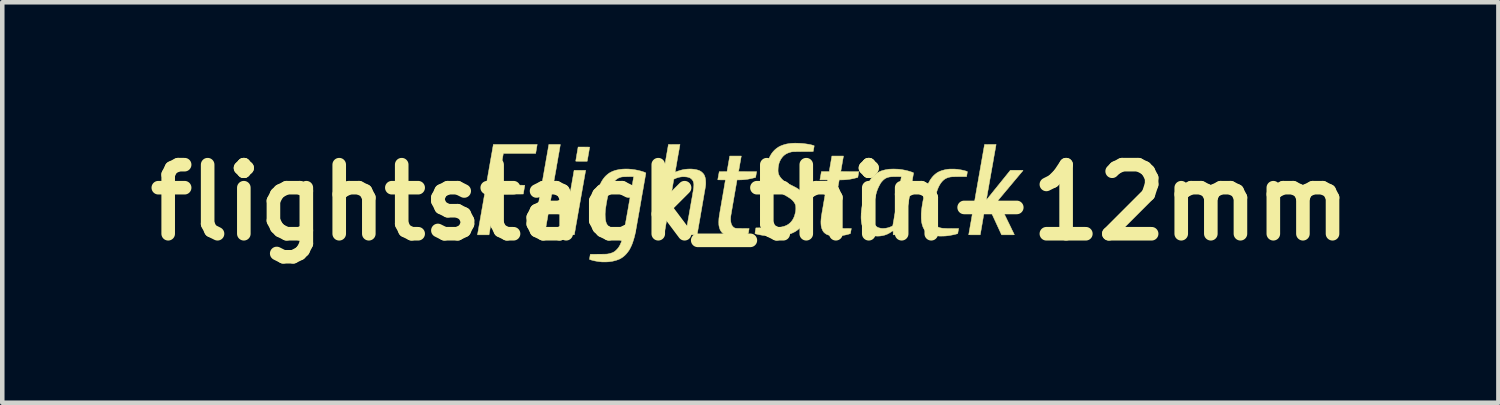
<source format=kicad_pcb>
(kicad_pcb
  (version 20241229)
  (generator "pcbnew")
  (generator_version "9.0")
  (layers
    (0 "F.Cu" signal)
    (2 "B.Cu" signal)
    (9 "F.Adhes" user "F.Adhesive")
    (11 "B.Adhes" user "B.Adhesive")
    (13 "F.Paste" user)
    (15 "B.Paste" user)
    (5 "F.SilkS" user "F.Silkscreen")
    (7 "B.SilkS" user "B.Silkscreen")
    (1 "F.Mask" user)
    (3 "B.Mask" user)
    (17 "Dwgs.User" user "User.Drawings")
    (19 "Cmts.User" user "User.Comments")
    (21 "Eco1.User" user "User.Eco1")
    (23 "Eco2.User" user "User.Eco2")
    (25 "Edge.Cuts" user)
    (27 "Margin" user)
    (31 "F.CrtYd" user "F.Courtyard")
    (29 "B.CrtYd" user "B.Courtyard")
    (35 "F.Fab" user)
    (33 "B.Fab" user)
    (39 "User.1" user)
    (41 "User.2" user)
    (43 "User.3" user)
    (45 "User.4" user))
  (footprint "flightstack_thin-12mm"
    (layer "F.Cu")
    (at 13.506 1.418)
    (property "Reference" "flightstack_thin-12mm" (at 0 0 0) (layer "F.SilkS") (effects (font (size 1.524 1.524) (thickness 0.3))))
    (attr through_hole)
    (fp_poly (pts (xy -3.74 -1.224) (xy -3.717 -1.224) (xy -3.692 -1.224) (xy -3.673 -1.224) (xy -3.546 -1.223) (xy -3.566 -1.103) (xy -3.571 -1.076) (xy -3.576 -1.049) (xy -3.58 -1.024) (xy -3.584 -1) (xy -3.588 -0.979) (xy -3.591 -0.962) (xy -3.593 -0.95) (xy -3.593 -0.947) (xy -3.6 -0.91) (xy -3.726 -0.91) (xy -3.756 -0.91) (xy -3.781 -0.91) (xy -3.802 -0.911) (xy -3.818 -0.911) (xy -3.83 -0.911) (xy -3.839 -0.911) (xy -3.845 -0.912) (xy -3.849 -0.913) (xy -3.852 -0.913) (xy -3.853 -0.914) (xy -3.853 -0.915) (xy -3.852 -0.919) (xy -3.851 -0.927) (xy -3.849 -0.94) (xy -3.846 -0.957) (xy -3.843 -0.976) (xy -3.839 -0.998) (xy -3.835 -1.022) (xy -3.831 -1.047) (xy -3.827 -1.072) (xy -3.822 -1.098) (xy -3.818 -1.122) (xy -3.814 -1.146) (xy -3.81 -1.167) (xy -3.807 -1.186) (xy -3.804 -1.202) (xy -3.802 -1.214) (xy -3.801 -1.221) (xy -3.8 -1.224) (xy -3.797 -1.224) (xy -3.789 -1.224) (xy -3.777 -1.224) (xy -3.76 -1.224) (xy -3.74 -1.224)) (stroke (width 0.01) (type solid)) (fill yes) (layer "F.SilkS"))
    (fp_poly (pts (xy -3.829 -0.71) (xy -3.806 -0.71) (xy -3.781 -0.71) (xy -3.761 -0.71) (xy -3.634 -0.709) (xy -3.759 0) (xy -3.77 0.063) (xy -3.781 0.124) (xy -3.791 0.184) (xy -3.802 0.241) (xy -3.811 0.297) (xy -3.821 0.35) (xy -3.829 0.4) (xy -3.838 0.448) (xy -3.846 0.492) (xy -3.853 0.533) (xy -3.859 0.57) (xy -3.865 0.604) (xy -3.87 0.633) (xy -3.875 0.658) (xy -3.878 0.679) (xy -3.881 0.695) (xy -3.883 0.705) (xy -3.884 0.711) (xy -3.884 0.711) (xy -3.887 0.712) (xy -3.895 0.712) (xy -3.907 0.713) (xy -3.924 0.713) (xy -3.944 0.713) (xy -3.966 0.713) (xy -3.991 0.713) (xy -4.011 0.713) (xy -4.043 0.713) (xy -4.069 0.713) (xy -4.091 0.713) (xy -4.108 0.713) (xy -4.121 0.712) (xy -4.13 0.712) (xy -4.135 0.711) (xy -4.138 0.71) (xy -4.138 0.71) (xy -4.138 0.707) (xy -4.136 0.699) (xy -4.134 0.685) (xy -4.131 0.667) (xy -4.127 0.644) (xy -4.122 0.618) (xy -4.117 0.587) (xy -4.111 0.553) (xy -4.104 0.515) (xy -4.097 0.475) (xy -4.09 0.431) (xy -4.082 0.386) (xy -4.073 0.338) (xy -4.065 0.288) (xy -4.056 0.237) (xy -4.046 0.184) (xy -4.037 0.131) (xy -4.027 0.077) (xy -4.018 0.022) (xy -4.008 -0.033) (xy -3.999 -0.087) (xy -3.989 -0.141) (xy -3.98 -0.195) (xy -3.97 -0.247) (xy -3.961 -0.298) (xy -3.953 -0.347) (xy -3.944 -0.395) (xy -3.936 -0.44) (xy -3.929 -0.483) (xy -3.922 -0.523) (xy -3.915 -0.56) (xy -3.909 -0.593) (xy -3.904 -0.623) (xy -3.9 -0.649) (xy -3.896 -0.671) (xy -3.893 -0.688) (xy -3.89 -0.701) (xy -3.889 -0.708) (xy -3.889 -0.71) (xy -3.886 -0.71) (xy -3.878 -0.71) (xy -3.865 -0.71) (xy -3.849 -0.71) (xy -3.829 -0.71)) (stroke (width 0.01) (type solid)) (fill yes) (layer "F.SilkS"))
    (fp_poly (pts (xy -4.289 -1.281) (xy -4.264 -1.281) (xy -4.243 -1.281) (xy -4.227 -1.281) (xy -4.215 -1.281) (xy -4.205 -1.28) (xy -4.199 -1.28) (xy -4.195 -1.279) (xy -4.193 -1.278) (xy -4.192 -1.277) (xy -4.192 -1.277) (xy -4.193 -1.274) (xy -4.194 -1.266) (xy -4.197 -1.252) (xy -4.2 -1.234) (xy -4.204 -1.211) (xy -4.209 -1.183) (xy -4.214 -1.152) (xy -4.22 -1.116) (xy -4.227 -1.077) (xy -4.235 -1.035) (xy -4.243 -0.989) (xy -4.251 -0.94) (xy -4.26 -0.889) (xy -4.27 -0.835) (xy -4.279 -0.779) (xy -4.289 -0.721) (xy -4.3 -0.661) (xy -4.311 -0.6) (xy -4.322 -0.538) (xy -4.333 -0.475) (xy -4.344 -0.41) (xy -4.355 -0.346) (xy -4.367 -0.281) (xy -4.378 -0.216) (xy -4.389 -0.152) (xy -4.4 -0.088) (xy -4.412 -0.024) (xy -4.422 0.038) (xy -4.433 0.099) (xy -4.444 0.159) (xy -4.454 0.217) (xy -4.464 0.273) (xy -4.473 0.326) (xy -4.482 0.378) (xy -4.491 0.426) (xy -4.499 0.472) (xy -4.506 0.514) (xy -4.513 0.553) (xy -4.519 0.589) (xy -4.525 0.62) (xy -4.53 0.648) (xy -4.534 0.671) (xy -4.537 0.689) (xy -4.539 0.702) (xy -4.54 0.704) (xy -4.541 0.713) (xy -4.668 0.713) (xy -4.698 0.713) (xy -4.723 0.713) (xy -4.744 0.713) (xy -4.76 0.713) (xy -4.772 0.713) (xy -4.781 0.712) (xy -4.787 0.712) (xy -4.791 0.711) (xy -4.794 0.71) (xy -4.795 0.709) (xy -4.795 0.709) (xy -4.794 0.706) (xy -4.793 0.697) (xy -4.79 0.683) (xy -4.787 0.664) (xy -4.783 0.641) (xy -4.778 0.613) (xy -4.772 0.58) (xy -4.766 0.543) (xy -4.759 0.502) (xy -4.751 0.458) (xy -4.743 0.409) (xy -4.734 0.358) (xy -4.724 0.303) (xy -4.714 0.245) (xy -4.703 0.184) (xy -4.692 0.121) (xy -4.681 0.055) (xy -4.669 -0.012) (xy -4.656 -0.082) (xy -4.644 -0.154) (xy -4.631 -0.227) (xy -4.621 -0.287) (xy -4.607 -0.361) (xy -4.595 -0.434) (xy -4.582 -0.505) (xy -4.57 -0.575) (xy -4.558 -0.642) (xy -4.547 -0.707) (xy -4.536 -0.77) (xy -4.525 -0.83) (xy -4.515 -0.887) (xy -4.506 -0.941) (xy -4.497 -0.992) (xy -4.488 -1.039) (xy -4.481 -1.083) (xy -4.474 -1.123) (xy -4.467 -1.159) (xy -4.462 -1.191) (xy -4.457 -1.218) (xy -4.453 -1.24) (xy -4.45 -1.258) (xy -4.448 -1.27) (xy -4.447 -1.278) (xy -4.446 -1.28) (xy -4.444 -1.28) (xy -4.436 -1.28) (xy -4.423 -1.281) (xy -4.407 -1.281) (xy -4.387 -1.281) (xy -4.364 -1.281) (xy -4.339 -1.281) (xy -4.319 -1.281) (xy -4.289 -1.281)) (stroke (width 0.01) (type solid)) (fill yes) (layer "F.SilkS"))
    (fp_poly (pts (xy -4.704 -1.274) (xy -4.705 -1.269) (xy -4.707 -1.259) (xy -4.709 -1.246) (xy -4.712 -1.229) (xy -4.716 -1.209) (xy -4.719 -1.188) (xy -4.72 -1.18) (xy -4.724 -1.158) (xy -4.727 -1.138) (xy -4.73 -1.121) (xy -4.733 -1.106) (xy -4.735 -1.095) (xy -4.736 -1.089) (xy -4.736 -1.088) (xy -4.738 -1.082) (xy -5.45 -1.082) (xy -5.512 -0.736) (xy -5.52 -0.692) (xy -5.527 -0.65) (xy -5.534 -0.61) (xy -5.541 -0.572) (xy -5.547 -0.536) (xy -5.553 -0.503) (xy -5.558 -0.474) (xy -5.563 -0.448) (xy -5.567 -0.427) (xy -5.57 -0.409) (xy -5.572 -0.396) (xy -5.573 -0.389) (xy -5.574 -0.386) (xy -5.573 -0.385) (xy -5.569 -0.385) (xy -5.564 -0.384) (xy -5.555 -0.384) (xy -5.543 -0.384) (xy -5.528 -0.383) (xy -5.509 -0.383) (xy -5.486 -0.383) (xy -5.459 -0.383) (xy -5.428 -0.383) (xy -5.392 -0.383) (xy -5.351 -0.382) (xy -5.304 -0.382) (xy -5.275 -0.382) (xy -5.226 -0.382) (xy -5.182 -0.382) (xy -5.143 -0.382) (xy -5.109 -0.382) (xy -5.08 -0.382) (xy -5.054 -0.382) (xy -5.034 -0.382) (xy -5.016 -0.381) (xy -5.003 -0.381) (xy -4.992 -0.381) (xy -4.985 -0.38) (xy -4.98 -0.38) (xy -4.978 -0.379) (xy -4.977 -0.379) (xy -4.978 -0.375) (xy -4.979 -0.367) (xy -4.981 -0.354) (xy -4.984 -0.338) (xy -4.988 -0.318) (xy -4.991 -0.297) (xy -4.994 -0.281) (xy -5.01 -0.187) (xy -5.609 -0.184) (xy -5.67 0.163) (xy -5.678 0.209) (xy -5.686 0.255) (xy -5.694 0.3) (xy -5.702 0.344) (xy -5.709 0.387) (xy -5.716 0.428) (xy -5.723 0.467) (xy -5.729 0.502) (xy -5.735 0.534) (xy -5.74 0.562) (xy -5.744 0.586) (xy -5.747 0.604) (xy -5.748 0.611) (xy -5.766 0.713) (xy -6.021 0.713) (xy -6.017 0.693) (xy -6.017 0.688) (xy -6.015 0.679) (xy -6.012 0.664) (xy -6.009 0.644) (xy -6.004 0.619) (xy -5.999 0.59) (xy -5.993 0.556) (xy -5.987 0.518) (xy -5.979 0.476) (xy -5.971 0.431) (xy -5.963 0.381) (xy -5.953 0.329) (xy -5.944 0.273) (xy -5.933 0.215) (xy -5.923 0.154) (xy -5.911 0.09) (xy -5.9 0.024) (xy -5.888 -0.044) (xy -5.876 -0.114) (xy -5.863 -0.185) (xy -5.85 -0.258) (xy -5.843 -0.297) (xy -5.831 -0.37) (xy -5.818 -0.442) (xy -5.806 -0.513) (xy -5.793 -0.582) (xy -5.782 -0.648) (xy -5.77 -0.713) (xy -5.76 -0.775) (xy -5.749 -0.834) (xy -5.739 -0.891) (xy -5.73 -0.944) (xy -5.721 -0.994) (xy -5.713 -1.041) (xy -5.705 -1.084) (xy -5.698 -1.123) (xy -5.692 -1.159) (xy -5.687 -1.189) (xy -5.682 -1.216) (xy -5.678 -1.238) (xy -5.675 -1.254) (xy -5.673 -1.266) (xy -5.672 -1.272) (xy -5.672 -1.274) (xy -5.67 -1.281) (xy -4.703 -1.281) (xy -4.704 -1.274)) (stroke (width 0.01) (type solid)) (fill yes) (layer "F.SilkS"))
    (fp_poly (pts (xy 4.475 -0.737) (xy 4.501 -0.737) (xy 4.526 -0.736) (xy 4.548 -0.734) (xy 4.566 -0.733) (xy 4.567 -0.733) (xy 4.596 -0.728) (xy 4.626 -0.723) (xy 4.657 -0.718) (xy 4.685 -0.712) (xy 4.71 -0.706) (xy 4.71 -0.706) (xy 4.726 -0.702) (xy 4.742 -0.698) (xy 4.757 -0.693) (xy 4.77 -0.689) (xy 4.78 -0.685) (xy 4.786 -0.683) (xy 4.787 -0.682) (xy 4.787 -0.679) (xy 4.786 -0.671) (xy 4.785 -0.659) (xy 4.783 -0.644) (xy 4.78 -0.627) (xy 4.78 -0.625) (xy 4.77 -0.571) (xy 4.632 -0.571) (xy 4.603 -0.571) (xy 4.574 -0.571) (xy 4.546 -0.57) (xy 4.521 -0.57) (xy 4.498 -0.569) (xy 4.479 -0.569) (xy 4.463 -0.568) (xy 4.455 -0.568) (xy 4.41 -0.563) (xy 4.369 -0.553) (xy 4.331 -0.539) (xy 4.297 -0.521) (xy 4.265 -0.498) (xy 4.236 -0.47) (xy 4.211 -0.44) (xy 4.19 -0.41) (xy 4.171 -0.378) (xy 4.153 -0.344) (xy 4.137 -0.306) (xy 4.121 -0.264) (xy 4.107 -0.219) (xy 4.093 -0.169) (xy 4.08 -0.115) (xy 4.068 -0.056) (xy 4.056 0.008) (xy 4.054 0.021) (xy 4.047 0.065) (xy 4.041 0.104) (xy 4.036 0.139) (xy 4.033 0.17) (xy 4.03 0.199) (xy 4.028 0.227) (xy 4.027 0.253) (xy 4.027 0.279) (xy 4.028 0.295) (xy 4.03 0.338) (xy 4.035 0.375) (xy 4.042 0.408) (xy 4.051 0.437) (xy 4.063 0.463) (xy 4.077 0.485) (xy 4.09 0.501) (xy 4.109 0.519) (xy 4.128 0.533) (xy 4.148 0.545) (xy 4.172 0.554) (xy 4.199 0.561) (xy 4.206 0.563) (xy 4.219 0.565) (xy 4.233 0.567) (xy 4.249 0.569) (xy 4.268 0.57) (xy 4.29 0.571) (xy 4.315 0.572) (xy 4.344 0.573) (xy 4.377 0.573) (xy 4.416 0.573) (xy 4.457 0.574) (xy 4.596 0.574) (xy 4.594 0.581) (xy 4.593 0.587) (xy 4.591 0.597) (xy 4.589 0.61) (xy 4.586 0.626) (xy 4.584 0.637) (xy 4.576 0.685) (xy 4.559 0.691) (xy 4.539 0.697) (xy 4.514 0.703) (xy 4.486 0.71) (xy 4.455 0.716) (xy 4.423 0.722) (xy 4.391 0.728) (xy 4.361 0.732) (xy 4.339 0.735) (xy 4.326 0.736) (xy 4.308 0.738) (xy 4.288 0.739) (xy 4.266 0.74) (xy 4.243 0.74) (xy 4.221 0.741) (xy 4.2 0.741) (xy 4.182 0.741) (xy 4.169 0.741) (xy 4.164 0.74) (xy 4.117 0.736) (xy 4.076 0.73) (xy 4.039 0.723) (xy 4.007 0.715) (xy 3.977 0.705) (xy 3.951 0.694) (xy 3.926 0.68) (xy 3.904 0.665) (xy 3.882 0.647) (xy 3.878 0.643) (xy 3.855 0.618) (xy 3.835 0.59) (xy 3.817 0.56) (xy 3.803 0.525) (xy 3.791 0.487) (xy 3.781 0.444) (xy 3.777 0.42) (xy 3.775 0.398) (xy 3.773 0.372) (xy 3.771 0.344) (xy 3.771 0.313) (xy 3.771 0.281) (xy 3.771 0.25) (xy 3.773 0.221) (xy 3.774 0.207) (xy 3.779 0.156) (xy 3.786 0.101) (xy 3.795 0.043) (xy 3.805 -0.016) (xy 3.817 -0.074) (xy 3.829 -0.131) (xy 3.842 -0.184) (xy 3.844 -0.193) (xy 3.865 -0.264) (xy 3.887 -0.33) (xy 3.912 -0.391) (xy 3.94 -0.447) (xy 3.969 -0.498) (xy 4.001 -0.543) (xy 4.034 -0.583) (xy 4.071 -0.618) (xy 4.109 -0.648) (xy 4.135 -0.665) (xy 4.169 -0.682) (xy 4.207 -0.698) (xy 4.25 -0.711) (xy 4.295 -0.723) (xy 4.342 -0.731) (xy 4.359 -0.734) (xy 4.376 -0.735) (xy 4.397 -0.737) (xy 4.421 -0.737) (xy 4.448 -0.737) (xy 4.475 -0.737)) (stroke (width 0.01) (type solid)) (fill yes) (layer "F.SilkS"))
    (fp_poly (pts (xy 2.053 -1.018) (xy 2.053 -1.014) (xy 2.051 -1.006) (xy 2.049 -0.993) (xy 2.046 -0.976) (xy 2.042 -0.956) (xy 2.038 -0.933) (xy 2.034 -0.909) (xy 2.029 -0.883) (xy 2.025 -0.857) (xy 2.02 -0.83) (xy 2.016 -0.804) (xy 2.011 -0.779) (xy 2.007 -0.755) (xy 2.004 -0.734) (xy 2 -0.716) (xy 1.998 -0.701) (xy 1.996 -0.691) (xy 1.995 -0.685) (xy 1.995 -0.684) (xy 1.998 -0.683) (xy 2.006 -0.683) (xy 2.019 -0.683) (xy 2.036 -0.683) (xy 2.057 -0.682) (xy 2.081 -0.682) (xy 2.109 -0.682) (xy 2.139 -0.682) (xy 2.17 -0.681) (xy 2.194 -0.681) (xy 2.393 -0.681) (xy 2.382 -0.617) (xy 2.371 -0.554) (xy 2.36 -0.551) (xy 2.353 -0.549) (xy 2.342 -0.546) (xy 2.329 -0.543) (xy 2.323 -0.541) (xy 2.264 -0.527) (xy 2.203 -0.515) (xy 2.141 -0.507) (xy 2.08 -0.501) (xy 2.021 -0.499) (xy 2.018 -0.499) (xy 1.961 -0.499) (xy 1.959 -0.492) (xy 1.958 -0.484) (xy 1.956 -0.472) (xy 1.953 -0.455) (xy 1.949 -0.433) (xy 1.944 -0.408) (xy 1.939 -0.379) (xy 1.934 -0.347) (xy 1.928 -0.313) (xy 1.922 -0.276) (xy 1.915 -0.237) (xy 1.908 -0.197) (xy 1.901 -0.156) (xy 1.894 -0.114) (xy 1.886 -0.072) (xy 1.879 -0.03) (xy 1.872 0.012) (xy 1.865 0.052) (xy 1.859 0.091) (xy 1.852 0.129) (xy 1.846 0.164) (xy 1.841 0.197) (xy 1.836 0.227) (xy 1.832 0.253) (xy 1.828 0.276) (xy 1.825 0.295) (xy 1.822 0.309) (xy 1.821 0.318) (xy 1.821 0.321) (xy 1.818 0.361) (xy 1.819 0.399) (xy 1.824 0.434) (xy 1.832 0.466) (xy 1.843 0.494) (xy 1.858 0.519) (xy 1.875 0.539) (xy 1.895 0.554) (xy 1.896 0.555) (xy 1.903 0.559) (xy 1.909 0.562) (xy 1.915 0.564) (xy 1.923 0.566) (xy 1.932 0.568) (xy 1.943 0.569) (xy 1.956 0.57) (xy 1.972 0.571) (xy 1.992 0.572) (xy 2.016 0.572) (xy 2.045 0.572) (xy 2.079 0.573) (xy 2.086 0.573) (xy 2.228 0.574) (xy 2.218 0.627) (xy 2.215 0.644) (xy 2.213 0.659) (xy 2.21 0.671) (xy 2.209 0.68) (xy 2.208 0.684) (xy 2.208 0.684) (xy 2.205 0.686) (xy 2.197 0.689) (xy 2.186 0.693) (xy 2.172 0.697) (xy 2.156 0.702) (xy 2.14 0.706) (xy 2.125 0.71) (xy 2.112 0.713) (xy 2.057 0.724) (xy 2.004 0.732) (xy 1.954 0.737) (xy 1.907 0.741) (xy 1.864 0.741) (xy 1.825 0.739) (xy 1.824 0.739) (xy 1.78 0.733) (xy 1.74 0.724) (xy 1.704 0.712) (xy 1.673 0.697) (xy 1.646 0.678) (xy 1.635 0.669) (xy 1.621 0.655) (xy 1.61 0.641) (xy 1.6 0.626) (xy 1.592 0.609) (xy 1.578 0.578) (xy 1.568 0.544) (xy 1.561 0.507) (xy 1.558 0.466) (xy 1.557 0.422) (xy 1.56 0.374) (xy 1.565 0.321) (xy 1.566 0.317) (xy 1.567 0.31) (xy 1.568 0.298) (xy 1.571 0.281) (xy 1.575 0.26) (xy 1.579 0.234) (xy 1.584 0.204) (xy 1.59 0.171) (xy 1.596 0.135) (xy 1.603 0.096) (xy 1.61 0.055) (xy 1.617 0.012) (xy 1.625 -0.033) (xy 1.633 -0.079) (xy 1.637 -0.102) (xy 1.645 -0.148) (xy 1.653 -0.193) (xy 1.66 -0.236) (xy 1.667 -0.277) (xy 1.674 -0.315) (xy 1.68 -0.35) (xy 1.685 -0.383) (xy 1.69 -0.412) (xy 1.694 -0.437) (xy 1.698 -0.458) (xy 1.701 -0.474) (xy 1.703 -0.486) (xy 1.704 -0.492) (xy 1.704 -0.494) (xy 1.704 -0.495) (xy 1.703 -0.497) (xy 1.7 -0.498) (xy 1.696 -0.498) (xy 1.689 -0.499) (xy 1.679 -0.499) (xy 1.665 -0.499) (xy 1.647 -0.499) (xy 1.624 -0.499) (xy 1.619 -0.499) (xy 1.535 -0.499) (xy 1.536 -0.507) (xy 1.537 -0.512) (xy 1.539 -0.522) (xy 1.541 -0.535) (xy 1.545 -0.552) (xy 1.548 -0.572) (xy 1.552 -0.593) (xy 1.553 -0.599) (xy 1.568 -0.682) (xy 1.654 -0.682) (xy 1.74 -0.682) (xy 1.769 -0.853) (xy 1.799 -1.025) (xy 2.055 -1.025) (xy 2.053 -1.018)) (stroke (width 0.01) (type solid)) (fill yes) (layer "F.SilkS"))
    (fp_poly (pts (xy -0.201 -1.018) (xy -0.202 -1.014) (xy -0.203 -1.006) (xy -0.206 -0.993) (xy -0.209 -0.976) (xy -0.212 -0.956) (xy -0.216 -0.934) (xy -0.22 -0.909) (xy -0.225 -0.883) (xy -0.23 -0.857) (xy -0.234 -0.83) (xy -0.239 -0.804) (xy -0.243 -0.779) (xy -0.247 -0.756) (xy -0.251 -0.735) (xy -0.254 -0.716) (xy -0.257 -0.701) (xy -0.259 -0.691) (xy -0.26 -0.684) (xy -0.26 -0.683) (xy -0.257 -0.683) (xy -0.249 -0.683) (xy -0.236 -0.683) (xy -0.219 -0.682) (xy -0.198 -0.682) (xy -0.173 -0.682) (xy -0.146 -0.682) (xy -0.116 -0.682) (xy -0.084 -0.681) (xy -0.061 -0.681) (xy 0.139 -0.681) (xy 0.127 -0.617) (xy 0.116 -0.554) (xy 0.106 -0.551) (xy 0.099 -0.549) (xy 0.088 -0.546) (xy 0.075 -0.543) (xy 0.068 -0.541) (xy 0.01 -0.527) (xy -0.052 -0.515) (xy -0.114 -0.507) (xy -0.175 -0.501) (xy -0.234 -0.499) (xy -0.237 -0.499) (xy -0.294 -0.499) (xy -0.295 -0.492) (xy -0.296 -0.487) (xy -0.298 -0.478) (xy -0.3 -0.463) (xy -0.303 -0.445) (xy -0.307 -0.422) (xy -0.312 -0.395) (xy -0.317 -0.366) (xy -0.323 -0.333) (xy -0.329 -0.298) (xy -0.335 -0.261) (xy -0.342 -0.223) (xy -0.349 -0.183) (xy -0.356 -0.142) (xy -0.363 -0.101) (xy -0.37 -0.06) (xy -0.377 -0.02) (xy -0.384 0.02) (xy -0.391 0.059) (xy -0.397 0.096) (xy -0.403 0.131) (xy -0.409 0.164) (xy -0.414 0.194) (xy -0.418 0.221) (xy -0.422 0.244) (xy -0.426 0.264) (xy -0.428 0.279) (xy -0.43 0.289) (xy -0.431 0.294) (xy -0.435 0.332) (xy -0.436 0.37) (xy -0.434 0.406) (xy -0.429 0.44) (xy -0.422 0.47) (xy -0.411 0.496) (xy -0.411 0.496) (xy -0.403 0.51) (xy -0.392 0.524) (xy -0.38 0.538) (xy -0.367 0.549) (xy -0.358 0.555) (xy -0.352 0.559) (xy -0.346 0.562) (xy -0.34 0.564) (xy -0.332 0.566) (xy -0.323 0.568) (xy -0.312 0.569) (xy -0.299 0.57) (xy -0.283 0.571) (xy -0.263 0.572) (xy -0.239 0.572) (xy -0.21 0.572) (xy -0.177 0.573) (xy -0.168 0.573) (xy -0.027 0.574) (xy -0.035 0.62) (xy -0.038 0.641) (xy -0.041 0.657) (xy -0.043 0.668) (xy -0.046 0.677) (xy -0.048 0.682) (xy -0.051 0.686) (xy -0.055 0.688) (xy -0.059 0.69) (xy -0.066 0.692) (xy -0.067 0.693) (xy -0.095 0.701) (xy -0.128 0.71) (xy -0.165 0.718) (xy -0.204 0.725) (xy -0.244 0.731) (xy -0.285 0.736) (xy -0.292 0.736) (xy -0.326 0.739) (xy -0.356 0.741) (xy -0.384 0.741) (xy -0.41 0.741) (xy -0.432 0.739) (xy -0.477 0.733) (xy -0.517 0.724) (xy -0.552 0.711) (xy -0.584 0.695) (xy -0.611 0.676) (xy -0.634 0.652) (xy -0.654 0.625) (xy -0.67 0.594) (xy -0.682 0.558) (xy -0.692 0.518) (xy -0.692 0.515) (xy -0.694 0.5) (xy -0.696 0.48) (xy -0.696 0.457) (xy -0.697 0.433) (xy -0.696 0.408) (xy -0.695 0.383) (xy -0.694 0.362) (xy -0.694 0.358) (xy -0.693 0.351) (xy -0.692 0.343) (xy -0.691 0.336) (xy -0.69 0.327) (xy -0.689 0.318) (xy -0.687 0.308) (xy -0.686 0.297) (xy -0.684 0.284) (xy -0.681 0.269) (xy -0.678 0.251) (xy -0.675 0.231) (xy -0.671 0.208) (xy -0.667 0.182) (xy -0.662 0.152) (xy -0.656 0.119) (xy -0.649 0.081) (xy -0.642 0.039) (xy -0.634 -0.008) (xy -0.625 -0.06) (xy -0.616 -0.11) (xy -0.608 -0.156) (xy -0.601 -0.2) (xy -0.593 -0.243) (xy -0.586 -0.283) (xy -0.58 -0.32) (xy -0.574 -0.355) (xy -0.569 -0.387) (xy -0.564 -0.415) (xy -0.56 -0.44) (xy -0.556 -0.46) (xy -0.554 -0.476) (xy -0.552 -0.487) (xy -0.551 -0.493) (xy -0.551 -0.493) (xy -0.551 -0.495) (xy -0.552 -0.496) (xy -0.554 -0.498) (xy -0.558 -0.498) (xy -0.564 -0.499) (xy -0.573 -0.499) (xy -0.586 -0.499) (xy -0.603 -0.499) (xy -0.626 -0.499) (xy -0.635 -0.499) (xy -0.66 -0.499) (xy -0.68 -0.5) (xy -0.695 -0.5) (xy -0.707 -0.5) (xy -0.714 -0.501) (xy -0.718 -0.502) (xy -0.719 -0.503) (xy -0.719 -0.503) (xy -0.718 -0.507) (xy -0.717 -0.515) (xy -0.715 -0.528) (xy -0.712 -0.544) (xy -0.708 -0.563) (xy -0.704 -0.584) (xy -0.703 -0.594) (xy -0.686 -0.681) (xy -0.601 -0.681) (xy -0.515 -0.682) (xy -0.485 -0.853) (xy -0.455 -1.025) (xy -0.327 -1.025) (xy -0.2 -1.025) (xy -0.201 -1.018)) (stroke (width 0.01) (type solid)) (fill yes) (layer "F.SilkS"))
    (fp_poly (pts (xy 3.203 -0.737) (xy 3.232 -0.736) (xy 3.259 -0.735) (xy 3.282 -0.733) (xy 3.292 -0.732) (xy 3.337 -0.726) (xy 3.382 -0.718) (xy 3.428 -0.709) (xy 3.472 -0.698) (xy 3.514 -0.686) (xy 3.552 -0.674) (xy 3.586 -0.661) (xy 3.588 -0.66) (xy 3.596 -0.656) (xy 3.6 -0.653) (xy 3.601 -0.649) (xy 3.6 -0.646) (xy 3.6 -0.642) (xy 3.598 -0.633) (xy 3.596 -0.619) (xy 3.592 -0.6) (xy 3.588 -0.577) (xy 3.583 -0.549) (xy 3.578 -0.517) (xy 3.572 -0.481) (xy 3.565 -0.442) (xy 3.557 -0.399) (xy 3.549 -0.353) (xy 3.54 -0.304) (xy 3.531 -0.252) (xy 3.522 -0.198) (xy 3.512 -0.142) (xy 3.502 -0.084) (xy 3.491 -0.024) (xy 3.482 0.031) (xy 3.471 0.092) (xy 3.461 0.152) (xy 3.451 0.21) (xy 3.441 0.266) (xy 3.431 0.32) (xy 3.422 0.371) (xy 3.414 0.42) (xy 3.406 0.465) (xy 3.398 0.508) (xy 3.392 0.547) (xy 3.385 0.582) (xy 3.38 0.614) (xy 3.375 0.641) (xy 3.371 0.664) (xy 3.368 0.683) (xy 3.365 0.696) (xy 3.364 0.704) (xy 3.363 0.707) (xy 3.362 0.713) (xy 3.151 0.713) (xy 3.151 0.628) (xy 3.143 0.628) (xy 3.138 0.63) (xy 3.128 0.635) (xy 3.116 0.642) (xy 3.109 0.648) (xy 3.064 0.676) (xy 3.017 0.7) (xy 2.968 0.718) (xy 2.917 0.731) (xy 2.863 0.739) (xy 2.809 0.742) (xy 2.753 0.739) (xy 2.711 0.733) (xy 2.671 0.724) (xy 2.634 0.711) (xy 2.602 0.696) (xy 2.573 0.679) (xy 2.564 0.671) (xy 2.539 0.648) (xy 2.518 0.622) (xy 2.5 0.593) (xy 2.484 0.56) (xy 2.471 0.524) (xy 2.46 0.483) (xy 2.452 0.438) (xy 2.447 0.397) (xy 2.444 0.358) (xy 2.443 0.314) (xy 2.444 0.303) (xy 2.703 0.303) (xy 2.705 0.349) (xy 2.711 0.39) (xy 2.719 0.428) (xy 2.731 0.46) (xy 2.738 0.475) (xy 2.75 0.495) (xy 2.765 0.514) (xy 2.782 0.53) (xy 2.8 0.543) (xy 2.807 0.547) (xy 2.834 0.558) (xy 2.865 0.566) (xy 2.899 0.571) (xy 2.935 0.572) (xy 2.972 0.569) (xy 2.987 0.568) (xy 3.031 0.559) (xy 3.076 0.545) (xy 3.114 0.529) (xy 3.141 0.516) (xy 3.151 0.464) (xy 3.152 0.456) (xy 3.154 0.442) (xy 3.158 0.423) (xy 3.162 0.4) (xy 3.167 0.373) (xy 3.172 0.341) (xy 3.178 0.306) (xy 3.185 0.267) (xy 3.193 0.225) (xy 3.2 0.181) (xy 3.209 0.135) (xy 3.217 0.086) (xy 3.226 0.036) (xy 3.235 -0.016) (xy 3.245 -0.069) (xy 3.246 -0.077) (xy 3.255 -0.129) (xy 3.264 -0.18) (xy 3.273 -0.228) (xy 3.281 -0.275) (xy 3.289 -0.319) (xy 3.296 -0.361) (xy 3.303 -0.399) (xy 3.309 -0.435) (xy 3.314 -0.467) (xy 3.319 -0.495) (xy 3.323 -0.519) (xy 3.327 -0.539) (xy 3.329 -0.554) (xy 3.331 -0.564) (xy 3.331 -0.568) (xy 3.331 -0.569) (xy 3.328 -0.569) (xy 3.32 -0.57) (xy 3.308 -0.57) (xy 3.292 -0.57) (xy 3.274 -0.571) (xy 3.253 -0.571) (xy 3.231 -0.571) (xy 3.209 -0.571) (xy 3.187 -0.57) (xy 3.166 -0.57) (xy 3.146 -0.57) (xy 3.129 -0.569) (xy 3.115 -0.568) (xy 3.105 -0.568) (xy 3.067 -0.563) (xy 3.032 -0.554) (xy 3 -0.542) (xy 2.971 -0.526) (xy 2.943 -0.505) (xy 2.922 -0.485) (xy 2.91 -0.472) (xy 2.896 -0.456) (xy 2.884 -0.441) (xy 2.877 -0.431) (xy 2.868 -0.416) (xy 2.857 -0.396) (xy 2.845 -0.374) (xy 2.833 -0.351) (xy 2.822 -0.327) (xy 2.812 -0.305) (xy 2.804 -0.285) (xy 2.801 -0.278) (xy 2.788 -0.239) (xy 2.775 -0.194) (xy 2.762 -0.144) (xy 2.75 -0.088) (xy 2.738 -0.028) (xy 2.726 0.037) (xy 2.72 0.077) (xy 2.711 0.139) (xy 2.706 0.198) (xy 2.703 0.252) (xy 2.703 0.303) (xy 2.444 0.303) (xy 2.445 0.265) (xy 2.448 0.213) (xy 2.454 0.156) (xy 2.462 0.097) (xy 2.472 0.035) (xy 2.483 -0.029) (xy 2.497 -0.096) (xy 2.502 -0.12) (xy 2.52 -0.195) (xy 2.54 -0.264) (xy 2.562 -0.329) (xy 2.586 -0.388) (xy 2.612 -0.441) (xy 2.64 -0.49) (xy 2.67 -0.533) (xy 2.701 -0.572) (xy 2.735 -0.604) (xy 2.769 -0.632) (xy 2.805 -0.657) (xy 2.843 -0.677) (xy 2.884 -0.695) (xy 2.928 -0.709) (xy 2.977 -0.721) (xy 3.029 -0.73) (xy 3.045 -0.733) (xy 3.064 -0.735) (xy 3.087 -0.736) (xy 3.114 -0.737) (xy 3.143 -0.738) (xy 3.173 -0.738) (xy 3.203 -0.737)) (stroke (width 0.01) (type solid)) (fill yes) (layer "F.SilkS"))
    (fp_poly (pts (xy -1.572 -1.281) (xy -1.561 -1.281) (xy -1.554 -1.281) (xy -1.553 -1.281) (xy -1.553 -1.278) (xy -1.554 -1.27) (xy -1.557 -1.257) (xy -1.56 -1.239) (xy -1.564 -1.218) (xy -1.568 -1.192) (xy -1.573 -1.163) (xy -1.579 -1.131) (xy -1.585 -1.096) (xy -1.592 -1.059) (xy -1.599 -1.02) (xy -1.606 -0.979) (xy -1.607 -0.975) (xy -1.614 -0.934) (xy -1.621 -0.894) (xy -1.627 -0.857) (xy -1.633 -0.822) (xy -1.639 -0.79) (xy -1.644 -0.76) (xy -1.649 -0.734) (xy -1.652 -0.712) (xy -1.656 -0.694) (xy -1.658 -0.681) (xy -1.659 -0.672) (xy -1.66 -0.669) (xy -1.66 -0.668) (xy -1.657 -0.669) (xy -1.65 -0.672) (xy -1.642 -0.675) (xy -1.628 -0.681) (xy -1.61 -0.688) (xy -1.59 -0.695) (xy -1.568 -0.702) (xy -1.547 -0.709) (xy -1.527 -0.714) (xy -1.52 -0.716) (xy -1.477 -0.726) (xy -1.432 -0.733) (xy -1.387 -0.737) (xy -1.341 -0.739) (xy -1.296 -0.738) (xy -1.252 -0.734) (xy -1.211 -0.728) (xy -1.172 -0.719) (xy -1.138 -0.708) (xy -1.114 -0.698) (xy -1.086 -0.681) (xy -1.061 -0.66) (xy -1.038 -0.636) (xy -1.021 -0.612) (xy -1.009 -0.586) (xy -0.999 -0.556) (xy -0.991 -0.522) (xy -0.987 -0.485) (xy -0.985 -0.446) (xy -0.985 -0.406) (xy -0.989 -0.367) (xy -0.99 -0.361) (xy -0.991 -0.351) (xy -0.994 -0.336) (xy -0.997 -0.316) (xy -1.001 -0.292) (xy -1.006 -0.263) (xy -1.012 -0.232) (xy -1.018 -0.197) (xy -1.024 -0.159) (xy -1.031 -0.119) (xy -1.038 -0.077) (xy -1.046 -0.032) (xy -1.054 0.013) (xy -1.062 0.06) (xy -1.07 0.108) (xy -1.078 0.156) (xy -1.087 0.204) (xy -1.095 0.252) (xy -1.103 0.299) (xy -1.111 0.346) (xy -1.119 0.391) (xy -1.127 0.434) (xy -1.134 0.476) (xy -1.141 0.515) (xy -1.147 0.552) (xy -1.153 0.585) (xy -1.158 0.615) (xy -1.163 0.642) (xy -1.167 0.664) (xy -1.17 0.682) (xy -1.173 0.696) (xy -1.174 0.704) (xy -1.175 0.706) (xy -1.176 0.713) (xy -1.431 0.713) (xy -1.429 0.701) (xy -1.428 0.697) (xy -1.426 0.688) (xy -1.424 0.673) (xy -1.42 0.654) (xy -1.416 0.631) (xy -1.411 0.603) (xy -1.406 0.571) (xy -1.4 0.536) (xy -1.393 0.497) (xy -1.386 0.456) (xy -1.378 0.411) (xy -1.37 0.365) (xy -1.361 0.316) (xy -1.352 0.265) (xy -1.343 0.213) (xy -1.338 0.184) (xy -1.327 0.121) (xy -1.317 0.064) (xy -1.308 0.012) (xy -1.3 -0.035) (xy -1.292 -0.078) (xy -1.285 -0.117) (xy -1.279 -0.151) (xy -1.274 -0.182) (xy -1.27 -0.209) (xy -1.265 -0.233) (xy -1.262 -0.254) (xy -1.259 -0.272) (xy -1.257 -0.288) (xy -1.254 -0.302) (xy -1.253 -0.313) (xy -1.251 -0.323) (xy -1.25 -0.332) (xy -1.25 -0.34) (xy -1.249 -0.346) (xy -1.249 -0.353) (xy -1.248 -0.358) (xy -1.248 -0.364) (xy -1.248 -0.367) (xy -1.247 -0.385) (xy -1.247 -0.399) (xy -1.248 -0.41) (xy -1.249 -0.42) (xy -1.251 -0.429) (xy -1.253 -0.437) (xy -1.256 -0.45) (xy -1.261 -0.464) (xy -1.266 -0.475) (xy -1.266 -0.476) (xy -1.275 -0.49) (xy -1.286 -0.505) (xy -1.3 -0.519) (xy -1.315 -0.532) (xy -1.329 -0.541) (xy -1.33 -0.542) (xy -1.352 -0.551) (xy -1.378 -0.559) (xy -1.407 -0.564) (xy -1.439 -0.567) (xy -1.472 -0.569) (xy -1.505 -0.568) (xy -1.537 -0.564) (xy -1.565 -0.559) (xy -1.589 -0.553) (xy -1.615 -0.545) (xy -1.64 -0.536) (xy -1.661 -0.526) (xy -1.669 -0.523) (xy -1.689 -0.513) (xy -1.692 -0.494) (xy -1.693 -0.489) (xy -1.695 -0.479) (xy -1.697 -0.464) (xy -1.701 -0.445) (xy -1.705 -0.42) (xy -1.71 -0.391) (xy -1.716 -0.359) (xy -1.722 -0.322) (xy -1.729 -0.282) (xy -1.737 -0.239) (xy -1.745 -0.193) (xy -1.753 -0.145) (xy -1.762 -0.094) (xy -1.771 -0.041) (xy -1.781 0.014) (xy -1.791 0.071) (xy -1.799 0.118) (xy -1.903 0.712) (xy -2.03 0.713) (xy -2.158 0.714) (xy -2.156 0.704) (xy -2.156 0.701) (xy -2.154 0.692) (xy -2.151 0.678) (xy -2.148 0.659) (xy -2.144 0.635) (xy -2.139 0.606) (xy -2.133 0.573) (xy -2.127 0.536) (xy -2.119 0.495) (xy -2.111 0.45) (xy -2.103 0.401) (xy -2.094 0.35) (xy -2.084 0.294) (xy -2.074 0.236) (xy -2.063 0.176) (xy -2.052 0.112) (xy -2.041 0.046) (xy -2.029 -0.022) (xy -2.016 -0.091) (xy -2.004 -0.163) (xy -1.991 -0.236) (xy -1.981 -0.293) (xy -1.808 -1.28) (xy -1.68 -1.281) (xy -1.654 -1.281) (xy -1.629 -1.281) (xy -1.607 -1.281) (xy -1.588 -1.281) (xy -1.572 -1.281)) (stroke (width 0.01) (type solid)) (fill yes) (layer "F.SilkS"))
    (fp_poly (pts (xy 5.403 -1.281) (xy 5.414 -1.281) (xy 5.421 -1.281) (xy 5.422 -1.281) (xy 5.422 -1.278) (xy 5.42 -1.27) (xy 5.418 -1.256) (xy 5.415 -1.238) (xy 5.411 -1.215) (xy 5.406 -1.188) (xy 5.401 -1.157) (xy 5.394 -1.122) (xy 5.388 -1.084) (xy 5.38 -1.042) (xy 5.372 -0.997) (xy 5.364 -0.949) (xy 5.355 -0.898) (xy 5.346 -0.846) (xy 5.336 -0.791) (xy 5.326 -0.735) (xy 5.316 -0.677) (xy 5.314 -0.669) (xy 5.304 -0.611) (xy 5.294 -0.554) (xy 5.284 -0.499) (xy 5.275 -0.447) (xy 5.266 -0.396) (xy 5.258 -0.348) (xy 5.25 -0.302) (xy 5.242 -0.26) (xy 5.235 -0.221) (xy 5.229 -0.185) (xy 5.224 -0.154) (xy 5.219 -0.126) (xy 5.215 -0.103) (xy 5.212 -0.084) (xy 5.209 -0.07) (xy 5.208 -0.061) (xy 5.207 -0.057) (xy 5.207 -0.057) (xy 5.209 -0.057) (xy 5.211 -0.06) (xy 5.216 -0.066) (xy 5.225 -0.077) (xy 5.236 -0.091) (xy 5.251 -0.108) (xy 5.267 -0.129) (xy 5.287 -0.153) (xy 5.308 -0.179) (xy 5.331 -0.208) (xy 5.357 -0.24) (xy 5.383 -0.273) (xy 5.412 -0.308) (xy 5.441 -0.344) (xy 5.471 -0.382) (xy 5.474 -0.385) (xy 5.737 -0.711) (xy 5.878 -0.711) (xy 5.91 -0.711) (xy 5.937 -0.711) (xy 5.959 -0.711) (xy 5.977 -0.71) (xy 5.99 -0.71) (xy 6.001 -0.71) (xy 6.008 -0.709) (xy 6.013 -0.709) (xy 6.015 -0.708) (xy 6.016 -0.707) (xy 6.016 -0.706) (xy 6.016 -0.706) (xy 6.013 -0.703) (xy 6.008 -0.696) (xy 5.999 -0.685) (xy 5.987 -0.671) (xy 5.972 -0.653) (xy 5.954 -0.632) (xy 5.934 -0.608) (xy 5.912 -0.582) (xy 5.888 -0.553) (xy 5.862 -0.522) (xy 5.834 -0.489) (xy 5.805 -0.454) (xy 5.775 -0.418) (xy 5.744 -0.381) (xy 5.739 -0.375) (xy 5.708 -0.338) (xy 5.678 -0.301) (xy 5.648 -0.267) (xy 5.62 -0.233) (xy 5.594 -0.202) (xy 5.57 -0.173) (xy 5.547 -0.146) (xy 5.527 -0.122) (xy 5.509 -0.1) (xy 5.494 -0.082) (xy 5.482 -0.067) (xy 5.472 -0.056) (xy 5.466 -0.049) (xy 5.463 -0.045) (xy 5.463 -0.045) (xy 5.463 -0.044) (xy 5.464 -0.041) (xy 5.465 -0.037) (xy 5.468 -0.031) (xy 5.471 -0.022) (xy 5.476 -0.011) (xy 5.482 0.002) (xy 5.49 0.018) (xy 5.499 0.037) (xy 5.509 0.06) (xy 5.522 0.086) (xy 5.536 0.116) (xy 5.553 0.15) (xy 5.571 0.188) (xy 5.592 0.23) (xy 5.614 0.277) (xy 5.64 0.329) (xy 5.641 0.331) (xy 5.662 0.375) (xy 5.682 0.416) (xy 5.702 0.457) (xy 5.721 0.495) (xy 5.738 0.531) (xy 5.755 0.565) (xy 5.769 0.596) (xy 5.783 0.624) (xy 5.795 0.648) (xy 5.805 0.669) (xy 5.813 0.685) (xy 5.819 0.698) (xy 5.822 0.705) (xy 5.824 0.708) (xy 5.824 0.71) (xy 5.823 0.71) (xy 5.821 0.711) (xy 5.818 0.712) (xy 5.812 0.712) (xy 5.803 0.713) (xy 5.791 0.713) (xy 5.776 0.713) (xy 5.757 0.713) (xy 5.733 0.713) (xy 5.704 0.713) (xy 5.684 0.713) (xy 5.543 0.713) (xy 5.374 0.346) (xy 5.354 0.303) (xy 5.335 0.261) (xy 5.316 0.221) (xy 5.299 0.183) (xy 5.282 0.147) (xy 5.267 0.114) (xy 5.253 0.083) (xy 5.24 0.056) (xy 5.229 0.032) (xy 5.22 0.012) (xy 5.212 -0.003) (xy 5.207 -0.015) (xy 5.204 -0.022) (xy 5.203 -0.024) (xy 5.202 -0.024) (xy 5.202 -0.025) (xy 5.202 -0.025) (xy 5.201 -0.025) (xy 5.201 -0.025) (xy 5.2 -0.023) (xy 5.2 -0.02) (xy 5.199 -0.015) (xy 5.197 -0.008) (xy 5.196 0.000467) (xy 5.194 0.012) (xy 5.191 0.026) (xy 5.188 0.042) (xy 5.185 0.063) (xy 5.18 0.086) (xy 5.176 0.114) (xy 5.17 0.145) (xy 5.164 0.181) (xy 5.157 0.222) (xy 5.149 0.268) (xy 5.14 0.318) (xy 5.136 0.345) (xy 5.128 0.39) (xy 5.121 0.433) (xy 5.114 0.474) (xy 5.107 0.512) (xy 5.101 0.549) (xy 5.095 0.582) (xy 5.09 0.612) (xy 5.085 0.639) (xy 5.081 0.662) (xy 5.078 0.68) (xy 5.075 0.694) (xy 5.074 0.703) (xy 5.073 0.707) (xy 5.073 0.707) (xy 5.071 0.713) (xy 4.944 0.713) (xy 4.918 0.713) (xy 4.894 0.713) (xy 4.872 0.713) (xy 4.853 0.713) (xy 4.837 0.712) (xy 4.826 0.712) (xy 4.819 0.712) (xy 4.818 0.711) (xy 4.818 0.708) (xy 4.819 0.7) (xy 4.822 0.686) (xy 4.825 0.668) (xy 4.829 0.644) (xy 4.834 0.616) (xy 4.84 0.584) (xy 4.846 0.547) (xy 4.853 0.507) (xy 4.861 0.462) (xy 4.87 0.414) (xy 4.879 0.362) (xy 4.888 0.308) (xy 4.898 0.25) (xy 4.909 0.189) (xy 4.92 0.126) (xy 4.932 0.061) (xy 4.944 -0.007) (xy 4.956 -0.077) (xy 4.968 -0.149) (xy 4.981 -0.222) (xy 4.992 -0.285) (xy 5.167 -1.28) (xy 5.295 -1.281) (xy 5.321 -1.281) (xy 5.346 -1.281) (xy 5.368 -1.281) (xy 5.387 -1.281) (xy 5.403 -1.281)) (stroke (width 0.01) (type solid)) (fill yes) (layer "F.SilkS"))
    (fp_poly (pts (xy 1.037 -1.308) (xy 1.09 -1.306) (xy 1.143 -1.303) (xy 1.196 -1.297) (xy 1.247 -1.29) (xy 1.295 -1.282) (xy 1.34 -1.273) (xy 1.38 -1.262) (xy 1.382 -1.261) (xy 1.395 -1.257) (xy 1.403 -1.254) (xy 1.408 -1.251) (xy 1.409 -1.249) (xy 1.409 -1.248) (xy 1.408 -1.244) (xy 1.406 -1.236) (xy 1.404 -1.224) (xy 1.402 -1.209) (xy 1.399 -1.194) (xy 1.396 -1.178) (xy 1.393 -1.162) (xy 1.391 -1.148) (xy 1.389 -1.137) (xy 1.387 -1.129) (xy 1.387 -1.126) (xy 1.384 -1.126) (xy 1.376 -1.126) (xy 1.363 -1.125) (xy 1.346 -1.125) (xy 1.325 -1.125) (xy 1.3 -1.125) (xy 1.272 -1.124) (xy 1.241 -1.124) (xy 1.208 -1.124) (xy 1.174 -1.124) (xy 1.165 -1.124) (xy 1.122 -1.124) (xy 1.085 -1.123) (xy 1.052 -1.123) (xy 1.023 -1.123) (xy 0.999 -1.122) (xy 0.978 -1.122) (xy 0.96 -1.121) (xy 0.945 -1.121) (xy 0.932 -1.12) (xy 0.92 -1.118) (xy 0.91 -1.117) (xy 0.901 -1.115) (xy 0.892 -1.113) (xy 0.883 -1.11) (xy 0.873 -1.107) (xy 0.863 -1.104) (xy 0.862 -1.104) (xy 0.824 -1.09) (xy 0.79 -1.073) (xy 0.759 -1.053) (xy 0.731 -1.029) (xy 0.722 -1.02) (xy 0.694 -0.987) (xy 0.67 -0.95) (xy 0.649 -0.91) (xy 0.633 -0.867) (xy 0.622 -0.82) (xy 0.614 -0.771) (xy 0.612 -0.734) (xy 0.611 -0.7) (xy 0.613 -0.671) (xy 0.618 -0.645) (xy 0.625 -0.62) (xy 0.636 -0.597) (xy 0.65 -0.573) (xy 0.665 -0.552) (xy 0.679 -0.534) (xy 0.694 -0.518) (xy 0.71 -0.502) (xy 0.728 -0.486) (xy 0.749 -0.47) (xy 0.772 -0.454) (xy 0.798 -0.438) (xy 0.827 -0.421) (xy 0.861 -0.403) (xy 0.899 -0.383) (xy 0.941 -0.362) (xy 0.95 -0.357) (xy 0.982 -0.341) (xy 1.009 -0.327) (xy 1.033 -0.312) (xy 1.056 -0.298) (xy 1.077 -0.282) (xy 1.099 -0.265) (xy 1.11 -0.256) (xy 1.14 -0.23) (xy 1.164 -0.204) (xy 1.186 -0.178) (xy 1.205 -0.149) (xy 1.223 -0.118) (xy 1.237 -0.086) (xy 1.248 -0.056) (xy 1.257 -0.026) (xy 1.262 0.006) (xy 1.264 0.041) (xy 1.265 0.067) (xy 1.263 0.123) (xy 1.256 0.179) (xy 1.249 0.219) (xy 1.235 0.281) (xy 1.218 0.338) (xy 1.199 0.39) (xy 1.178 0.438) (xy 1.153 0.482) (xy 1.126 0.521) (xy 1.096 0.557) (xy 1.062 0.589) (xy 1.025 0.618) (xy 0.985 0.644) (xy 0.947 0.663) (xy 0.908 0.681) (xy 0.869 0.695) (xy 0.829 0.708) (xy 0.785 0.718) (xy 0.739 0.726) (xy 0.688 0.733) (xy 0.671 0.735) (xy 0.657 0.736) (xy 0.639 0.737) (xy 0.617 0.738) (xy 0.593 0.739) (xy 0.568 0.74) (xy 0.542 0.74) (xy 0.516 0.741) (xy 0.492 0.741) (xy 0.47 0.741) (xy 0.452 0.741) (xy 0.439 0.74) (xy 0.437 0.74) (xy 0.398 0.738) (xy 0.364 0.735) (xy 0.333 0.732) (xy 0.305 0.728) (xy 0.277 0.725) (xy 0.25 0.72) (xy 0.222 0.715) (xy 0.211 0.713) (xy 0.194 0.71) (xy 0.176 0.706) (xy 0.158 0.702) (xy 0.141 0.698) (xy 0.126 0.694) (xy 0.114 0.69) (xy 0.105 0.687) (xy 0.102 0.685) (xy 0.102 0.682) (xy 0.103 0.675) (xy 0.105 0.663) (xy 0.107 0.649) (xy 0.109 0.633) (xy 0.112 0.617) (xy 0.115 0.601) (xy 0.117 0.586) (xy 0.12 0.573) (xy 0.121 0.566) (xy 0.123 0.56) (xy 0.347 0.558) (xy 0.392 0.558) (xy 0.432 0.558) (xy 0.467 0.557) (xy 0.497 0.557) (xy 0.524 0.557) (xy 0.547 0.556) (xy 0.567 0.555) (xy 0.585 0.554) (xy 0.601 0.553) (xy 0.615 0.552) (xy 0.629 0.55) (xy 0.641 0.549) (xy 0.654 0.547) (xy 0.667 0.544) (xy 0.68 0.542) (xy 0.684 0.541) (xy 0.73 0.53) (xy 0.772 0.516) (xy 0.809 0.499) (xy 0.842 0.479) (xy 0.871 0.455) (xy 0.879 0.448) (xy 0.906 0.419) (xy 0.929 0.388) (xy 0.949 0.354) (xy 0.966 0.316) (xy 0.98 0.274) (xy 0.992 0.227) (xy 0.998 0.201) (xy 1 0.184) (xy 1.002 0.164) (xy 1.003 0.143) (xy 1.003 0.121) (xy 1.002 0.1) (xy 1.001 0.081) (xy 0.999 0.067) (xy 0.998 0.063) (xy 0.99 0.039) (xy 0.979 0.017) (xy 0.964 -0.006) (xy 0.946 -0.03) (xy 0.935 -0.042) (xy 0.918 -0.059) (xy 0.896 -0.077) (xy 0.871 -0.096) (xy 0.84 -0.116) (xy 0.805 -0.138) (xy 0.765 -0.161) (xy 0.72 -0.185) (xy 0.675 -0.208) (xy 0.643 -0.224) (xy 0.615 -0.239) (xy 0.591 -0.253) (xy 0.569 -0.266) (xy 0.549 -0.28) (xy 0.529 -0.294) (xy 0.52 -0.301) (xy 0.482 -0.333) (xy 0.448 -0.368) (xy 0.419 -0.407) (xy 0.395 -0.448) (xy 0.374 -0.494) (xy 0.363 -0.53) (xy 0.355 -0.57) (xy 0.35 -0.614) (xy 0.349 -0.661) (xy 0.351 -0.711) (xy 0.357 -0.763) (xy 0.366 -0.817) (xy 0.377 -0.865) (xy 0.394 -0.924) (xy 0.414 -0.979) (xy 0.439 -1.029) (xy 0.466 -1.075) (xy 0.498 -1.117) (xy 0.533 -1.155) (xy 0.572 -1.189) (xy 0.615 -1.219) (xy 0.634 -1.231) (xy 0.669 -1.248) (xy 0.709 -1.264) (xy 0.752 -1.278) (xy 0.798 -1.29) (xy 0.845 -1.298) (xy 0.889 -1.304) (xy 0.935 -1.307) (xy 0.985 -1.309) (xy 1.037 -1.308)) (stroke (width 0.01) (type solid)) (fill yes) (layer "F.SilkS"))
    (fp_poly (pts (xy -2.689 -0.738) (xy -2.618 -0.732) (xy -2.546 -0.722) (xy -2.499 -0.713) (xy -2.473 -0.708) (xy -2.447 -0.701) (xy -2.422 -0.695) (xy -2.398 -0.688) (xy -2.375 -0.681) (xy -2.355 -0.674) (xy -2.337 -0.667) (xy -2.323 -0.661) (xy -2.313 -0.656) (xy -2.307 -0.652) (xy -2.306 -0.65) (xy -2.306 -0.647) (xy -2.308 -0.638) (xy -2.31 -0.624) (xy -2.313 -0.606) (xy -2.317 -0.583) (xy -2.322 -0.556) (xy -2.327 -0.525) (xy -2.333 -0.491) (xy -2.34 -0.453) (xy -2.347 -0.413) (xy -2.354 -0.37) (xy -2.362 -0.325) (xy -2.37 -0.278) (xy -2.379 -0.229) (xy -2.388 -0.179) (xy -2.397 -0.127) (xy -2.406 -0.075) (xy -2.415 -0.023) (xy -2.424 0.03) (xy -2.433 0.082) (xy -2.442 0.134) (xy -2.451 0.186) (xy -2.46 0.236) (xy -2.469 0.285) (xy -2.477 0.332) (xy -2.485 0.377) (xy -2.493 0.42) (xy -2.5 0.46) (xy -2.506 0.497) (xy -2.512 0.532) (xy -2.518 0.562) (xy -2.523 0.589) (xy -2.527 0.612) (xy -2.53 0.631) (xy -2.533 0.644) (xy -2.534 0.653) (xy -2.535 0.655) (xy -2.549 0.72) (xy -2.565 0.782) (xy -2.583 0.841) (xy -2.601 0.896) (xy -2.621 0.946) (xy -2.643 0.992) (xy -2.664 1.033) (xy -2.672 1.047) (xy -2.704 1.092) (xy -2.738 1.134) (xy -2.774 1.171) (xy -2.813 1.203) (xy -2.854 1.23) (xy -2.858 1.233) (xy -2.89 1.249) (xy -2.926 1.263) (xy -2.966 1.277) (xy -3.008 1.288) (xy -3.052 1.298) (xy -3.096 1.304) (xy -3.117 1.307) (xy -3.139 1.309) (xy -3.163 1.31) (xy -3.19 1.311) (xy -3.216 1.311) (xy -3.242 1.311) (xy -3.265 1.311) (xy -3.284 1.31) (xy -3.284 1.31) (xy -3.361 1.301) (xy -3.439 1.287) (xy -3.469 1.28) (xy -3.486 1.275) (xy -3.502 1.271) (xy -3.518 1.266) (xy -3.531 1.262) (xy -3.541 1.259) (xy -3.547 1.256) (xy -3.547 1.256) (xy -3.548 1.254) (xy -3.548 1.25) (xy -3.548 1.243) (xy -3.547 1.233) (xy -3.544 1.218) (xy -3.541 1.198) (xy -3.531 1.143) (xy -3.349 1.141) (xy -3.311 1.141) (xy -3.278 1.141) (xy -3.251 1.14) (xy -3.227 1.14) (xy -3.207 1.14) (xy -3.191 1.139) (xy -3.178 1.139) (xy -3.167 1.138) (xy -3.158 1.137) (xy -3.15 1.136) (xy -3.144 1.135) (xy -3.141 1.135) (xy -3.104 1.127) (xy -3.071 1.117) (xy -3.042 1.107) (xy -3.016 1.094) (xy -2.996 1.082) (xy -2.983 1.071) (xy -2.967 1.058) (xy -2.951 1.042) (xy -2.935 1.025) (xy -2.92 1.008) (xy -2.908 0.992) (xy -2.905 0.987) (xy -2.888 0.961) (xy -2.872 0.93) (xy -2.857 0.895) (xy -2.842 0.859) (xy -2.829 0.822) (xy -2.821 0.796) (xy -2.818 0.784) (xy -2.814 0.768) (xy -2.81 0.752) (xy -2.806 0.734) (xy -2.802 0.717) (xy -2.799 0.701) (xy -2.796 0.688) (xy -2.794 0.679) (xy -2.794 0.675) (xy -2.796 0.674) (xy -2.801 0.675) (xy -2.811 0.678) (xy -2.823 0.683) (xy -2.867 0.7) (xy -2.91 0.714) (xy -2.952 0.726) (xy -2.991 0.734) (xy -3.007 0.737) (xy -3.021 0.738) (xy -3.039 0.739) (xy -3.061 0.74) (xy -3.084 0.74) (xy -3.107 0.74) (xy -3.129 0.74) (xy -3.149 0.739) (xy -3.165 0.738) (xy -3.171 0.737) (xy -3.195 0.733) (xy -3.221 0.727) (xy -3.246 0.72) (xy -3.268 0.713) (xy -3.276 0.711) (xy -3.306 0.696) (xy -3.335 0.677) (xy -3.361 0.653) (xy -3.385 0.626) (xy -3.405 0.597) (xy -3.417 0.574) (xy -3.433 0.532) (xy -3.446 0.486) (xy -3.455 0.435) (xy -3.46 0.38) (xy -3.462 0.32) (xy -3.461 0.256) (xy -3.46 0.253) (xy -3.204 0.253) (xy -3.203 0.3) (xy -3.201 0.344) (xy -3.196 0.386) (xy -3.188 0.422) (xy -3.188 0.424) (xy -3.177 0.458) (xy -3.162 0.487) (xy -3.144 0.512) (xy -3.121 0.532) (xy -3.095 0.548) (xy -3.066 0.56) (xy -3.032 0.568) (xy -2.995 0.572) (xy -2.953 0.571) (xy -2.921 0.568) (xy -2.903 0.565) (xy -2.883 0.56) (xy -2.862 0.555) (xy -2.842 0.549) (xy -2.822 0.542) (xy -2.804 0.535) (xy -2.788 0.528) (xy -2.776 0.522) (xy -2.768 0.516) (xy -2.764 0.512) (xy -2.764 0.508) (xy -2.762 0.5) (xy -2.76 0.486) (xy -2.756 0.468) (xy -2.752 0.446) (xy -2.748 0.419) (xy -2.742 0.389) (xy -2.737 0.356) (xy -2.73 0.32) (xy -2.723 0.281) (xy -2.716 0.24) (xy -2.708 0.197) (xy -2.7 0.152) (xy -2.692 0.106) (xy -2.684 0.059) (xy -2.676 0.012) (xy -2.667 -0.036) (xy -2.659 -0.084) (xy -2.651 -0.131) (xy -2.642 -0.178) (xy -2.634 -0.223) (xy -2.627 -0.267) (xy -2.619 -0.31) (xy -2.612 -0.35) (xy -2.605 -0.388) (xy -2.599 -0.424) (xy -2.594 -0.456) (xy -2.589 -0.485) (xy -2.584 -0.51) (xy -2.581 -0.531) (xy -2.578 -0.547) (xy -2.576 -0.559) (xy -2.574 -0.566) (xy -2.574 -0.568) (xy -2.577 -0.569) (xy -2.585 -0.57) (xy -2.597 -0.57) (xy -2.613 -0.571) (xy -2.631 -0.571) (xy -2.652 -0.571) (xy -2.675 -0.571) (xy -2.698 -0.57) (xy -2.722 -0.57) (xy -2.746 -0.569) (xy -2.768 -0.568) (xy -2.788 -0.568) (xy -2.806 -0.567) (xy -2.821 -0.566) (xy -2.832 -0.565) (xy -2.837 -0.564) (xy -2.872 -0.555) (xy -2.903 -0.543) (xy -2.931 -0.528) (xy -2.957 -0.509) (xy -2.983 -0.486) (xy -2.988 -0.481) (xy -3.013 -0.451) (xy -3.037 -0.417) (xy -3.06 -0.377) (xy -3.082 -0.334) (xy -3.102 -0.286) (xy -3.119 -0.235) (xy -3.135 -0.182) (xy -3.139 -0.167) (xy -3.146 -0.136) (xy -3.154 -0.101) (xy -3.162 -0.062) (xy -3.169 -0.022) (xy -3.177 0.02) (xy -3.183 0.061) (xy -3.189 0.1) (xy -3.195 0.137) (xy -3.197 0.154) (xy -3.201 0.204) (xy -3.204 0.253) (xy -3.46 0.253) (xy -3.456 0.188) (xy -3.45 0.14) (xy -3.441 0.077) (xy -3.431 0.014) (xy -3.419 -0.048) (xy -3.407 -0.109) (xy -3.393 -0.167) (xy -3.378 -0.223) (xy -3.363 -0.274) (xy -3.347 -0.321) (xy -3.34 -0.34) (xy -3.317 -0.394) (xy -3.293 -0.444) (xy -3.267 -0.489) (xy -3.239 -0.529) (xy -3.209 -0.566) (xy -3.188 -0.588) (xy -3.152 -0.62) (xy -3.115 -0.648) (xy -3.074 -0.671) (xy -3.031 -0.691) (xy -2.983 -0.707) (xy -2.95 -0.716) (xy -2.889 -0.728) (xy -2.824 -0.736) (xy -2.758 -0.739) (xy -2.689 -0.738)) (stroke (width 0.01) (type solid)) (fill yes) (layer "F.SilkS")))
  (gr_rect
    (start -3 -3)
    (end 30.011 5.836)
    (stroke (width 0.1) (type default))
    (fill no)
    (layer "Edge.Cuts")))
</source>
